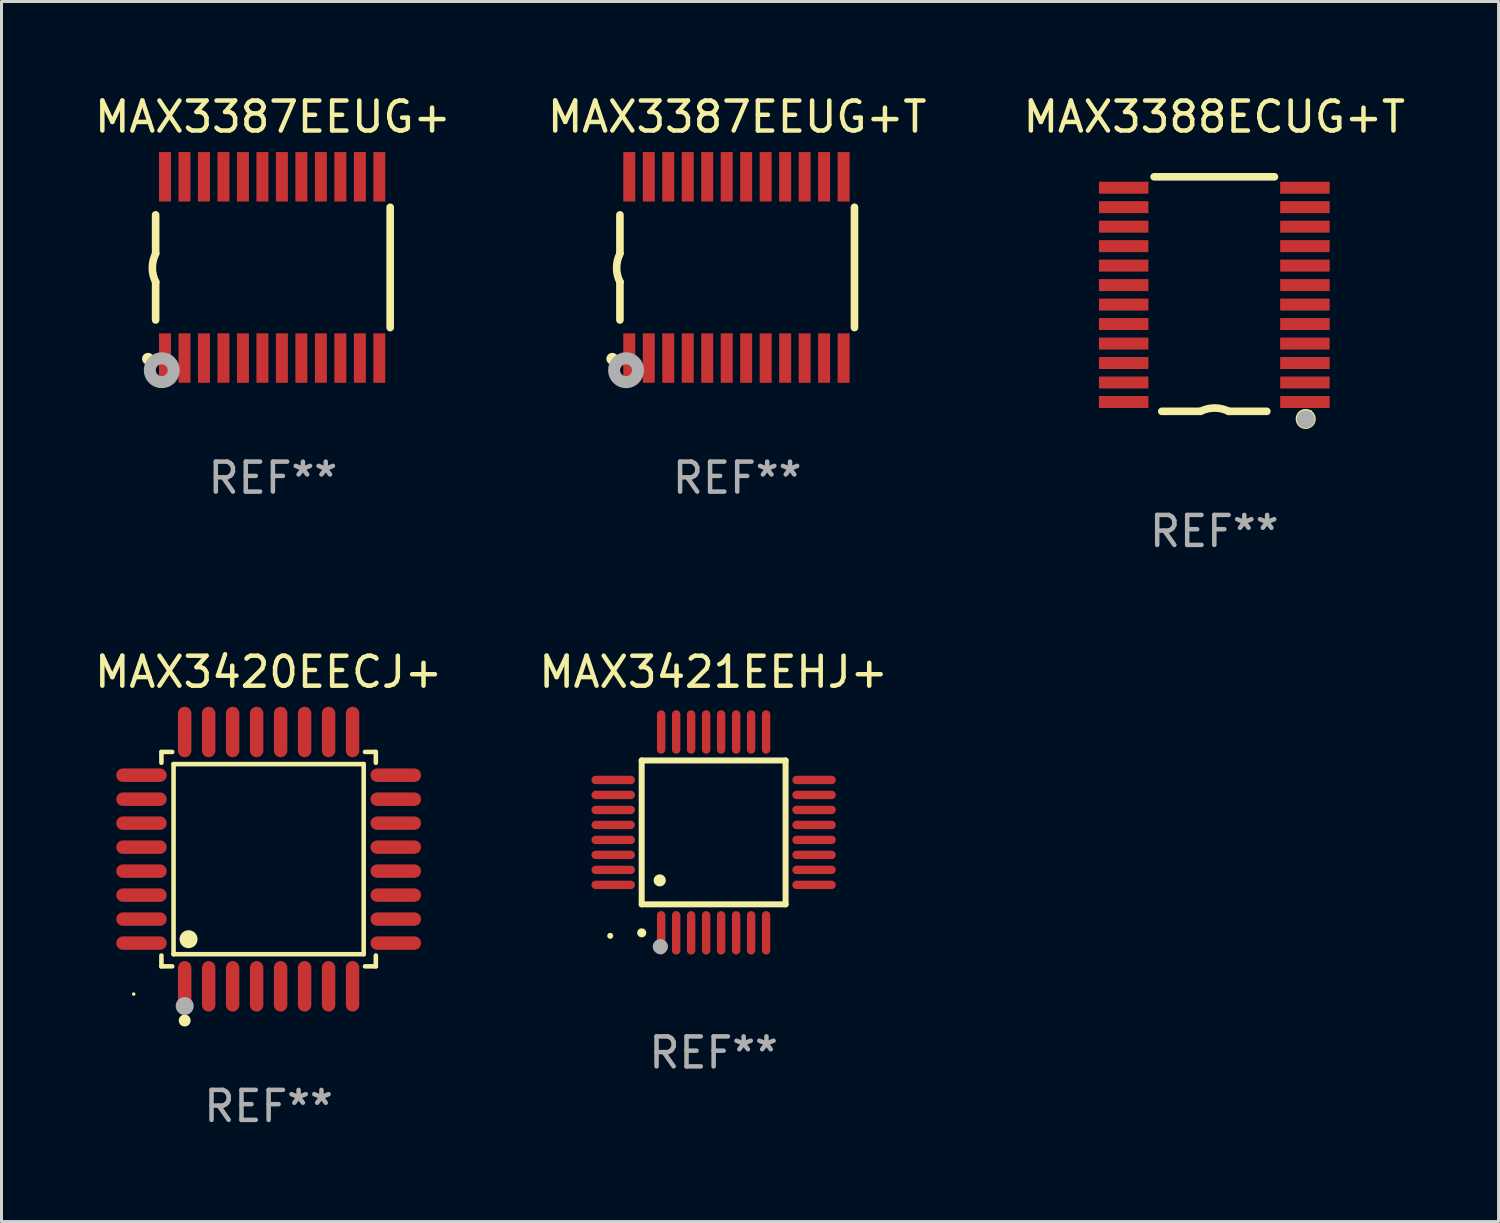
<source format=kicad_pcb>
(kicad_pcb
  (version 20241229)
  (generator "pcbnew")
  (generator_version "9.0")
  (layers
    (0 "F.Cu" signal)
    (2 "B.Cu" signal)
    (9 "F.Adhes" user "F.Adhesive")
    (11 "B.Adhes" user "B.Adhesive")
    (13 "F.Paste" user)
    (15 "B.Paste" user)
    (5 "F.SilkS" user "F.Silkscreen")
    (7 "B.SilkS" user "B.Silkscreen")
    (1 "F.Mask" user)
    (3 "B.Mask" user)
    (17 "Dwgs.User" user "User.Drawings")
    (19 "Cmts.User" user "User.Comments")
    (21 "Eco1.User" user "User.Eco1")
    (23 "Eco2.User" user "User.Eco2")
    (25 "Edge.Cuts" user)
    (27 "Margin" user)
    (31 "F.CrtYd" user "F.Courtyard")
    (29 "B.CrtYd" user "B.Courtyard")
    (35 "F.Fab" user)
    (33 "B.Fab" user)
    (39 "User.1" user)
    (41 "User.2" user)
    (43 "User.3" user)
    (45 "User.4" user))
  (footprint "MAX3387EEUG+T"
    (layer "F.Cu")
    (at 21.542 5.871)
    (property "Reference" "MAX3387EEUG+T" (at 0 -5.023 0) (layer "F.SilkS") (effects (font (size 1 1) (thickness 0.15))))
    (attr through_hole)
    (fp_line (start -3.912 -0.483) (end -3.912 -1.753) (stroke (width 0.254) (type solid)) (layer "F.SilkS"))
    (fp_line (start -3.912 1.753) (end -3.912 0.483) (stroke (width 0.254) (type solid)) (layer "F.SilkS"))
    (fp_line (start 3.912 -2.007) (end 3.912 2.007) (stroke (width 0.254) (type solid)) (layer "F.SilkS"))
    (fp_arc (start -3.911608 0.482601) (mid -4.022537 0.0127) (end -3.911608 -0.457201) (stroke (width 0.254001) (type solid)) (layer "F.SilkS"))
    (fp_circle (center -4.166 3.048) (end -4.066 3.048) (stroke (width 0.2) (type solid)) (fill no) (layer "F.SilkS"))
    (fp_circle (center -3.925 3.186) (end -3.895 3.186) (stroke (width 0.06) (type solid)) (fill no) (layer "F.SilkS"))
    (fp_circle (center -3.708 3.429) (end -3.509 3.429) (stroke (width 0.4) (type solid)) (fill no) (layer "F.Fab"))
    (fp_text user "REF**" (at 0 7.023 0) (layer "F.Fab") (effects (font (size 1 1) (thickness 0.15))))
    (pad "1" smd rect (at -3.6 3.023) (size 0.4 1.65) (layers "F.Cu" "F.Mask" "F.Paste"))
    (pad "2" smd rect (at -2.95 3.023) (size 0.4 1.65) (layers "F.Cu" "F.Mask" "F.Paste"))
    (pad "3" smd rect (at -2.3 3.023) (size 0.4 1.65) (layers "F.Cu" "F.Mask" "F.Paste"))
    (pad "4" smd rect (at -1.65 3.023) (size 0.4 1.65) (layers "F.Cu" "F.Mask" "F.Paste"))
    (pad "5" smd rect (at -1 3.023) (size 0.4 1.65) (layers "F.Cu" "F.Mask" "F.Paste"))
    (pad "6" smd rect (at -0.35 3.023) (size 0.4 1.65) (layers "F.Cu" "F.Mask" "F.Paste"))
    (pad "7" smd rect (at 0.299 3.023) (size 0.4 1.65) (layers "F.Cu" "F.Mask" "F.Paste"))
    (pad "8" smd rect (at 0.95 3.023) (size 0.4 1.65) (layers "F.Cu" "F.Mask" "F.Paste"))
    (pad "9" smd rect (at 1.6 3.023) (size 0.4 1.65) (layers "F.Cu" "F.Mask" "F.Paste"))
    (pad "10" smd rect (at 2.25 3.023) (size 0.4 1.65) (layers "F.Cu" "F.Mask" "F.Paste"))
    (pad "11" smd rect (at 2.9 3.023) (size 0.4 1.65) (layers "F.Cu" "F.Mask" "F.Paste"))
    (pad "12" smd rect (at 3.549 3.023) (size 0.4 1.65) (layers "F.Cu" "F.Mask" "F.Paste"))
    (pad "13" smd rect (at 3.549 -3.023) (size 0.4 1.65) (layers "F.Cu" "F.Mask" "F.Paste"))
    (pad "14" smd rect (at 2.9 -3.023) (size 0.4 1.65) (layers "F.Cu" "F.Mask" "F.Paste"))
    (pad "15" smd rect (at 2.25 -3.023) (size 0.4 1.65) (layers "F.Cu" "F.Mask" "F.Paste"))
    (pad "16" smd rect (at 1.6 -3.023) (size 0.4 1.65) (layers "F.Cu" "F.Mask" "F.Paste"))
    (pad "17" smd rect (at 0.95 -3.023) (size 0.4 1.65) (layers "F.Cu" "F.Mask" "F.Paste"))
    (pad "18" smd rect (at 0.299 -3.023) (size 0.4 1.65) (layers "F.Cu" "F.Mask" "F.Paste"))
    (pad "19" smd rect (at -0.35 -3.023) (size 0.4 1.65) (layers "F.Cu" "F.Mask" "F.Paste"))
    (pad "20" smd rect (at -1 -3.023) (size 0.4 1.65) (layers "F.Cu" "F.Mask" "F.Paste"))
    (pad "21" smd rect (at -1.65 -3.023) (size 0.4 1.65) (layers "F.Cu" "F.Mask" "F.Paste"))
    (pad "22" smd rect (at -2.3 -3.023) (size 0.4 1.65) (layers "F.Cu" "F.Mask" "F.Paste"))
    (pad "23" smd rect (at -2.95 -3.023) (size 0.4 1.65) (layers "F.Cu" "F.Mask" "F.Paste"))
    (pad "24" smd rect (at -3.6 -3.023) (size 0.4 1.65) (layers "F.Cu" "F.Mask" "F.Paste")))
  (footprint "MAX3420EECJ+"
    (layer "F.Cu")
    (at 5.911 25.61)
    (property "Reference" "MAX3420EECJ+" (at 0 -6.242 0) (layer "F.SilkS") (effects (font (size 1 1) (thickness 0.15))))
    (attr through_hole)
    (fp_line (start -3.576 -3.576) (end -3.215 -3.576) (stroke (width 0.152) (type solid)) (layer "F.SilkS"))
    (fp_line (start -3.576 -3.215) (end -3.576 -3.576) (stroke (width 0.152) (type solid)) (layer "F.SilkS"))
    (fp_line (start -3.576 3.215) (end -3.576 3.576) (stroke (width 0.152) (type solid)) (layer "F.SilkS"))
    (fp_line (start -3.576 3.576) (end -3.215 3.576) (stroke (width 0.152) (type solid)) (layer "F.SilkS"))
    (fp_line (start -3.171 -3.171) (end 3.171 -3.171) (stroke (width 0.152) (type solid)) (layer "F.SilkS"))
    (fp_line (start -3.171 3.171) (end -3.171 -3.171) (stroke (width 0.152) (type solid)) (layer "F.SilkS"))
    (fp_line (start 3.171 -3.171) (end 3.171 3.171) (stroke (width 0.152) (type solid)) (layer "F.SilkS"))
    (fp_line (start 3.171 3.171) (end -3.171 3.171) (stroke (width 0.152) (type solid)) (layer "F.SilkS"))
    (fp_line (start 3.576 -3.576) (end 3.215 -3.576) (stroke (width 0.152) (type solid)) (layer "F.SilkS"))
    (fp_line (start 3.576 -3.215) (end 3.576 -3.576) (stroke (width 0.152) (type solid)) (layer "F.SilkS"))
    (fp_line (start 3.576 3.215) (end 3.576 3.576) (stroke (width 0.152) (type solid)) (layer "F.SilkS"))
    (fp_line (start 3.576 3.576) (end 3.215 3.576) (stroke (width 0.152) (type solid)) (layer "F.SilkS"))
    (fp_circle (center -4.5 4.5) (end -4.47 4.5) (stroke (width 0.06) (type solid)) (fill no) (layer "F.SilkS"))
    (fp_circle (center -2.8 5.384) (end -2.7 5.384) (stroke (width 0.2) (type solid)) (fill no) (layer "F.SilkS"))
    (fp_circle (center -2.671 2.671) (end -2.521 2.671) (stroke (width 0.3) (type solid)) (fill no) (layer "F.SilkS"))
    (fp_circle (center -2.8 4.9) (end -2.65 4.9) (stroke (width 0.3) (type solid)) (fill no) (layer "F.Fab"))
    (fp_text user "REF**" (at 0 8.242 0) (layer "F.Fab") (effects (font (size 1 1) (thickness 0.15))))
    (pad "1" smd oval (at -2.8 4.242) (size 0.448 1.684) (layers "F.Cu" "F.Mask" "F.Paste"))
    (pad "2" smd oval (at -2 4.242) (size 0.448 1.684) (layers "F.Cu" "F.Mask" "F.Paste"))
    (pad "3" smd oval (at -1.2 4.242) (size 0.448 1.684) (layers "F.Cu" "F.Mask" "F.Paste"))
    (pad "4" smd oval (at -0.4 4.242) (size 0.448 1.684) (layers "F.Cu" "F.Mask" "F.Paste"))
    (pad "5" smd oval (at 0.4 4.242) (size 0.448 1.684) (layers "F.Cu" "F.Mask" "F.Paste"))
    (pad "6" smd oval (at 1.2 4.242) (size 0.448 1.684) (layers "F.Cu" "F.Mask" "F.Paste"))
    (pad "7" smd oval (at 2 4.242) (size 0.448 1.684) (layers "F.Cu" "F.Mask" "F.Paste"))
    (pad "8" smd oval (at 2.8 4.242) (size 0.448 1.684) (layers "F.Cu" "F.Mask" "F.Paste"))
    (pad "9" smd oval (at 4.242 2.8) (size 1.684 0.448) (layers "F.Cu" "F.Mask" "F.Paste"))
    (pad "10" smd oval (at 4.242 2) (size 1.684 0.448) (layers "F.Cu" "F.Mask" "F.Paste"))
    (pad "11" smd oval (at 4.242 1.2) (size 1.684 0.448) (layers "F.Cu" "F.Mask" "F.Paste"))
    (pad "12" smd oval (at 4.242 0.4) (size 1.684 0.448) (layers "F.Cu" "F.Mask" "F.Paste"))
    (pad "13" smd oval (at 4.242 -0.4) (size 1.684 0.448) (layers "F.Cu" "F.Mask" "F.Paste"))
    (pad "14" smd oval (at 4.242 -1.2) (size 1.684 0.448) (layers "F.Cu" "F.Mask" "F.Paste"))
    (pad "15" smd oval (at 4.242 -2) (size 1.684 0.448) (layers "F.Cu" "F.Mask" "F.Paste"))
    (pad "16" smd oval (at 4.242 -2.8) (size 1.684 0.448) (layers "F.Cu" "F.Mask" "F.Paste"))
    (pad "17" smd oval (at 2.8 -4.242) (size 0.448 1.684) (layers "F.Cu" "F.Mask" "F.Paste"))
    (pad "18" smd oval (at 2 -4.242) (size 0.448 1.684) (layers "F.Cu" "F.Mask" "F.Paste"))
    (pad "19" smd oval (at 1.2 -4.242) (size 0.448 1.684) (layers "F.Cu" "F.Mask" "F.Paste"))
    (pad "20" smd oval (at 0.4 -4.242) (size 0.448 1.684) (layers "F.Cu" "F.Mask" "F.Paste"))
    (pad "21" smd oval (at -0.4 -4.242) (size 0.448 1.684) (layers "F.Cu" "F.Mask" "F.Paste"))
    (pad "22" smd oval (at -1.2 -4.242) (size 0.448 1.684) (layers "F.Cu" "F.Mask" "F.Paste"))
    (pad "23" smd oval (at -2 -4.242) (size 0.448 1.684) (layers "F.Cu" "F.Mask" "F.Paste"))
    (pad "24" smd oval (at -2.8 -4.242) (size 0.448 1.684) (layers "F.Cu" "F.Mask" "F.Paste"))
    (pad "25" smd oval (at -4.242 -2.8) (size 1.684 0.448) (layers "F.Cu" "F.Mask" "F.Paste"))
    (pad "26" smd oval (at -4.242 -2) (size 1.684 0.448) (layers "F.Cu" "F.Mask" "F.Paste"))
    (pad "27" smd oval (at -4.242 -1.2) (size 1.684 0.448) (layers "F.Cu" "F.Mask" "F.Paste"))
    (pad "28" smd oval (at -4.242 -0.4) (size 1.684 0.448) (layers "F.Cu" "F.Mask" "F.Paste"))
    (pad "29" smd oval (at -4.242 0.4) (size 1.684 0.448) (layers "F.Cu" "F.Mask" "F.Paste"))
    (pad "30" smd oval (at -4.242 1.2) (size 1.684 0.448) (layers "F.Cu" "F.Mask" "F.Paste"))
    (pad "31" smd oval (at -4.242 2) (size 1.684 0.448) (layers "F.Cu" "F.Mask" "F.Paste"))
    (pad "32" smd oval (at -4.242 2.8) (size 1.684 0.448) (layers "F.Cu" "F.Mask" "F.Paste")))
  (footprint "MAX3387EEUG+"
    (layer "F.Cu")
    (at 6.054 5.871)
    (property "Reference" "MAX3387EEUG+" (at 0 -5.023 0) (layer "F.SilkS") (effects (font (size 1 1) (thickness 0.15))))
    (attr through_hole)
    (fp_line (start -3.912 -0.483) (end -3.912 -1.753) (stroke (width 0.254) (type solid)) (layer "F.SilkS"))
    (fp_line (start -3.912 1.753) (end -3.912 0.483) (stroke (width 0.254) (type solid)) (layer "F.SilkS"))
    (fp_line (start 3.912 -2.007) (end 3.912 2.007) (stroke (width 0.254) (type solid)) (layer "F.SilkS"))
    (fp_arc (start -3.911608 0.482601) (mid -4.022537 0.0127) (end -3.911608 -0.457201) (stroke (width 0.254001) (type solid)) (layer "F.SilkS"))
    (fp_circle (center -4.166 3.048) (end -4.066 3.048) (stroke (width 0.2) (type solid)) (fill no) (layer "F.SilkS"))
    (fp_circle (center -3.925 3.186) (end -3.895 3.186) (stroke (width 0.06) (type solid)) (fill no) (layer "F.SilkS"))
    (fp_circle (center -3.708 3.429) (end -3.509 3.429) (stroke (width 0.4) (type solid)) (fill no) (layer "F.Fab"))
    (fp_text user "REF**" (at 0 7.023 0) (layer "F.Fab") (effects (font (size 1 1) (thickness 0.15))))
    (pad "1" smd rect (at -3.6 3.023) (size 0.4 1.65) (layers "F.Cu" "F.Mask" "F.Paste"))
    (pad "2" smd rect (at -2.95 3.023) (size 0.4 1.65) (layers "F.Cu" "F.Mask" "F.Paste"))
    (pad "3" smd rect (at -2.3 3.023) (size 0.4 1.65) (layers "F.Cu" "F.Mask" "F.Paste"))
    (pad "4" smd rect (at -1.65 3.023) (size 0.4 1.65) (layers "F.Cu" "F.Mask" "F.Paste"))
    (pad "5" smd rect (at -1 3.023) (size 0.4 1.65) (layers "F.Cu" "F.Mask" "F.Paste"))
    (pad "6" smd rect (at -0.35 3.023) (size 0.4 1.65) (layers "F.Cu" "F.Mask" "F.Paste"))
    (pad "7" smd rect (at 0.299 3.023) (size 0.4 1.65) (layers "F.Cu" "F.Mask" "F.Paste"))
    (pad "8" smd rect (at 0.95 3.023) (size 0.4 1.65) (layers "F.Cu" "F.Mask" "F.Paste"))
    (pad "9" smd rect (at 1.6 3.023) (size 0.4 1.65) (layers "F.Cu" "F.Mask" "F.Paste"))
    (pad "10" smd rect (at 2.25 3.023) (size 0.4 1.65) (layers "F.Cu" "F.Mask" "F.Paste"))
    (pad "11" smd rect (at 2.9 3.023) (size 0.4 1.65) (layers "F.Cu" "F.Mask" "F.Paste"))
    (pad "12" smd rect (at 3.549 3.023) (size 0.4 1.65) (layers "F.Cu" "F.Mask" "F.Paste"))
    (pad "13" smd rect (at 3.549 -3.023) (size 0.4 1.65) (layers "F.Cu" "F.Mask" "F.Paste"))
    (pad "14" smd rect (at 2.9 -3.023) (size 0.4 1.65) (layers "F.Cu" "F.Mask" "F.Paste"))
    (pad "15" smd rect (at 2.25 -3.023) (size 0.4 1.65) (layers "F.Cu" "F.Mask" "F.Paste"))
    (pad "16" smd rect (at 1.6 -3.023) (size 0.4 1.65) (layers "F.Cu" "F.Mask" "F.Paste"))
    (pad "17" smd rect (at 0.95 -3.023) (size 0.4 1.65) (layers "F.Cu" "F.Mask" "F.Paste"))
    (pad "18" smd rect (at 0.299 -3.023) (size 0.4 1.65) (layers "F.Cu" "F.Mask" "F.Paste"))
    (pad "19" smd rect (at -0.35 -3.023) (size 0.4 1.65) (layers "F.Cu" "F.Mask" "F.Paste"))
    (pad "20" smd rect (at -1 -3.023) (size 0.4 1.65) (layers "F.Cu" "F.Mask" "F.Paste"))
    (pad "21" smd rect (at -1.65 -3.023) (size 0.4 1.65) (layers "F.Cu" "F.Mask" "F.Paste"))
    (pad "22" smd rect (at -2.3 -3.023) (size 0.4 1.65) (layers "F.Cu" "F.Mask" "F.Paste"))
    (pad "23" smd rect (at -2.95 -3.023) (size 0.4 1.65) (layers "F.Cu" "F.Mask" "F.Paste"))
    (pad "24" smd rect (at -3.6 -3.023) (size 0.4 1.65) (layers "F.Cu" "F.Mask" "F.Paste")))
  (footprint "MAX3388ECUG+T"
    (layer "F.Cu")
    (at 37.458 6.76)
    (property "Reference" "MAX3388ECUG+T" (at 0 -5.912 0) (layer "F.SilkS") (effects (font (size 1 1) (thickness 0.15))))
    (attr through_hole)
    (fp_line (start -2.008 -3.912) (end 2.007 -3.912) (stroke (width 0.254) (type solid)) (layer "F.SilkS"))
    (fp_line (start -0.483 3.912) (end -1.753 3.912) (stroke (width 0.254) (type solid)) (layer "F.SilkS"))
    (fp_line (start 1.752 3.912) (end 0.482 3.912) (stroke (width 0.254) (type solid)) (layer "F.SilkS"))
    (fp_arc (start -0.457404 3.911595) (mid 0.012497 3.800666) (end 0.482398 3.911595) (stroke (width 0.254001) (type solid)) (layer "F.SilkS"))
    (fp_circle (center 3.048 4.166) (end 3.128 4.166) (stroke (width 0.254) (type solid)) (fill no) (layer "F.SilkS"))
    (fp_circle (center 3.2 3.926) (end 3.23 3.926) (stroke (width 0.06) (type solid)) (fill no) (layer "F.SilkS"))
    (fp_circle (center 3.05 4.176) (end 3.2 4.176) (stroke (width 0.3) (type solid)) (fill no) (layer "F.Fab"))
    (fp_text user "REF**" (at 0 7.912 0) (layer "F.Fab") (effects (font (size 1 1) (thickness 0.15))))
    (pad "1" smd rect (at 3.023 3.6 180) (size 1.65 0.4) (layers "F.Cu" "F.Mask" "F.Paste"))
    (pad "2" smd rect (at 3.022 2.95 180) (size 1.65 0.4) (layers "F.Cu" "F.Mask" "F.Paste"))
    (pad "3" smd rect (at 3.022 2.3 180) (size 1.65 0.4) (layers "F.Cu" "F.Mask" "F.Paste"))
    (pad "4" smd rect (at 3.022 1.65 180) (size 1.65 0.4) (layers "F.Cu" "F.Mask" "F.Paste"))
    (pad "5" smd rect (at 3.022 1 180) (size 1.65 0.4) (layers "F.Cu" "F.Mask" "F.Paste"))
    (pad "6" smd rect (at 3.022 0.35 180) (size 1.65 0.4) (layers "F.Cu" "F.Mask" "F.Paste"))
    (pad "7" smd rect (at 3.022 -0.3 180) (size 1.65 0.4) (layers "F.Cu" "F.Mask" "F.Paste"))
    (pad "8" smd rect (at 3.022 -0.949 180) (size 1.65 0.4) (layers "F.Cu" "F.Mask" "F.Paste"))
    (pad "9" smd rect (at 3.022 -1.599 180) (size 1.65 0.4) (layers "F.Cu" "F.Mask" "F.Paste"))
    (pad "10" smd rect (at 3.022 -2.249 180) (size 1.65 0.4) (layers "F.Cu" "F.Mask" "F.Paste"))
    (pad "11" smd rect (at 3.022 -2.899 180) (size 1.65 0.4) (layers "F.Cu" "F.Mask" "F.Paste"))
    (pad "12" smd rect (at 3.022 -3.549 180) (size 1.65 0.4) (layers "F.Cu" "F.Mask" "F.Paste"))
    (pad "13" smd rect (at -3.023 -3.549 180) (size 1.65 0.4) (layers "F.Cu" "F.Mask" "F.Paste"))
    (pad "14" smd rect (at -3.023 -2.899 180) (size 1.65 0.4) (layers "F.Cu" "F.Mask" "F.Paste"))
    (pad "15" smd rect (at -3.023 -2.249 180) (size 1.65 0.4) (layers "F.Cu" "F.Mask" "F.Paste"))
    (pad "16" smd rect (at -3.023 -1.599 180) (size 1.65 0.4) (layers "F.Cu" "F.Mask" "F.Paste"))
    (pad "17" smd rect (at -3.023 -0.949 180) (size 1.65 0.4) (layers "F.Cu" "F.Mask" "F.Paste"))
    (pad "18" smd rect (at -3.023 -0.3 180) (size 1.65 0.4) (layers "F.Cu" "F.Mask" "F.Paste"))
    (pad "19" smd rect (at -3.023 0.35 180) (size 1.65 0.4) (layers "F.Cu" "F.Mask" "F.Paste"))
    (pad "20" smd rect (at -3.023 1 180) (size 1.65 0.4) (layers "F.Cu" "F.Mask" "F.Paste"))
    (pad "21" smd rect (at -3.023 1.65 180) (size 1.65 0.4) (layers "F.Cu" "F.Mask" "F.Paste"))
    (pad "22" smd rect (at -3.023 2.3 180) (size 1.65 0.4) (layers "F.Cu" "F.Mask" "F.Paste"))
    (pad "23" smd rect (at -3.023 2.95 180) (size 1.65 0.4) (layers "F.Cu" "F.Mask" "F.Paste"))
    (pad "24" smd rect (at -3.023 3.6 180) (size 1.65 0.4) (layers "F.Cu" "F.Mask" "F.Paste")))
  (footprint "MAX3421EEHJ+"
    (layer "F.Cu")
    (at 20.756 24.718)
    (property "Reference" "MAX3421EEHJ+" (at 0 -5.35 0) (layer "F.SilkS") (effects (font (size 1 1) (thickness 0.15))))
    (attr through_hole)
    (fp_line (start -2.4 -2.4) (end -2.4 2.4) (stroke (width 0.2) (type solid)) (layer "F.SilkS"))
    (fp_line (start -2.4 2.4) (end 2.4 2.4) (stroke (width 0.2) (type solid)) (layer "F.SilkS"))
    (fp_line (start 2.4 -2.4) (end -2.4 -2.4) (stroke (width 0.2) (type solid)) (layer "F.SilkS"))
    (fp_line (start 2.4 2.4) (end 2.4 -2.4) (stroke (width 0.2) (type solid)) (layer "F.SilkS"))
    (fp_arc (start -2.400305 3.350267) (mid -2.399035 3.350262) (end -2.397765 3.350267) (stroke (width 0.3) (type solid)) (layer "F.SilkS"))
    (fp_arc (start -1.800864 1.600203) (mid -1.798324 1.600187) (end -1.795784 1.600203) (stroke (width 0.4) (type solid)) (layer "F.SilkS"))
    (fp_circle (center -3.45 3.45) (end -3.4 3.45) (stroke (width 0.1) (type solid)) (fill no) (layer "F.SilkS"))
    (fp_circle (center -1.778 3.81) (end -1.651 3.81) (stroke (width 0.254) (type solid)) (fill no) (layer "F.Fab"))
    (fp_text user "REF**" (at 0 7.35 0) (layer "F.Fab") (effects (font (size 1 1) (thickness 0.15))))
    (pad "1" smd oval (at -1.75 3.35) (size 0.28 1.45) (layers "F.Cu" "F.Mask" "F.Paste"))
    (pad "2" smd oval (at -1.25 3.35) (size 0.28 1.45) (layers "F.Cu" "F.Mask" "F.Paste"))
    (pad "3" smd oval (at -0.75 3.35) (size 0.28 1.45) (layers "F.Cu" "F.Mask" "F.Paste"))
    (pad "4" smd oval (at -0.25 3.35) (size 0.28 1.45) (layers "F.Cu" "F.Mask" "F.Paste"))
    (pad "5" smd oval (at 0.25 3.35) (size 0.28 1.45) (layers "F.Cu" "F.Mask" "F.Paste"))
    (pad "6" smd oval (at 0.75 3.35) (size 0.28 1.45) (layers "F.Cu" "F.Mask" "F.Paste"))
    (pad "7" smd oval (at 1.25 3.35) (size 0.28 1.45) (layers "F.Cu" "F.Mask" "F.Paste"))
    (pad "8" smd oval (at 1.75 3.35) (size 0.28 1.45) (layers "F.Cu" "F.Mask" "F.Paste"))
    (pad "9" smd oval (at 3.35 1.75) (size 1.45 0.28) (layers "F.Cu" "F.Mask" "F.Paste"))
    (pad "10" smd oval (at 3.35 1.25) (size 1.45 0.28) (layers "F.Cu" "F.Mask" "F.Paste"))
    (pad "11" smd oval (at 3.35 0.75) (size 1.45 0.28) (layers "F.Cu" "F.Mask" "F.Paste"))
    (pad "12" smd oval (at 3.35 0.25) (size 1.45 0.28) (layers "F.Cu" "F.Mask" "F.Paste"))
    (pad "13" smd oval (at 3.35 -0.25) (size 1.45 0.28) (layers "F.Cu" "F.Mask" "F.Paste"))
    (pad "14" smd oval (at 3.35 -0.75) (size 1.45 0.28) (layers "F.Cu" "F.Mask" "F.Paste"))
    (pad "15" smd oval (at 3.35 -1.25) (size 1.45 0.28) (layers "F.Cu" "F.Mask" "F.Paste"))
    (pad "16" smd oval (at 3.35 -1.75) (size 1.45 0.28) (layers "F.Cu" "F.Mask" "F.Paste"))
    (pad "17" smd oval (at 1.75 -3.35) (size 0.28 1.45) (layers "F.Cu" "F.Mask" "F.Paste"))
    (pad "18" smd oval (at 1.25 -3.35) (size 0.28 1.45) (layers "F.Cu" "F.Mask" "F.Paste"))
    (pad "19" smd oval (at 0.75 -3.35) (size 0.28 1.45) (layers "F.Cu" "F.Mask" "F.Paste"))
    (pad "20" smd oval (at 0.25 -3.35) (size 0.28 1.45) (layers "F.Cu" "F.Mask" "F.Paste"))
    (pad "21" smd oval (at -0.25 -3.35) (size 0.28 1.45) (layers "F.Cu" "F.Mask" "F.Paste"))
    (pad "22" smd oval (at -0.75 -3.35) (size 0.28 1.45) (layers "F.Cu" "F.Mask" "F.Paste"))
    (pad "23" smd oval (at -1.25 -3.35) (size 0.28 1.45) (layers "F.Cu" "F.Mask" "F.Paste"))
    (pad "24" smd oval (at -1.75 -3.35) (size 0.28 1.45) (layers "F.Cu" "F.Mask" "F.Paste"))
    (pad "25" smd oval (at -3.35 -1.75) (size 1.45 0.28) (layers "F.Cu" "F.Mask" "F.Paste"))
    (pad "26" smd oval (at -3.35 -1.25) (size 1.45 0.28) (layers "F.Cu" "F.Mask" "F.Paste"))
    (pad "27" smd oval (at -3.35 -0.75) (size 1.45 0.28) (layers "F.Cu" "F.Mask" "F.Paste"))
    (pad "28" smd oval (at -3.35 -0.25) (size 1.45 0.28) (layers "F.Cu" "F.Mask" "F.Paste"))
    (pad "29" smd oval (at -3.35 0.25) (size 1.45 0.28) (layers "F.Cu" "F.Mask" "F.Paste"))
    (pad "30" smd oval (at -3.35 0.75) (size 1.45 0.28) (layers "F.Cu" "F.Mask" "F.Paste"))
    (pad "31" smd oval (at -3.35 1.25) (size 1.45 0.28) (layers "F.Cu" "F.Mask" "F.Paste"))
    (pad "32" smd oval (at -3.35 1.75) (size 1.45 0.28) (layers "F.Cu" "F.Mask" "F.Paste")))
  (gr_rect
    (start -3 -3)
    (end 46.94 37.7)
    (stroke (width 0.1) (type default))
    (fill no)
    (layer "Edge.Cuts")))
</source>
